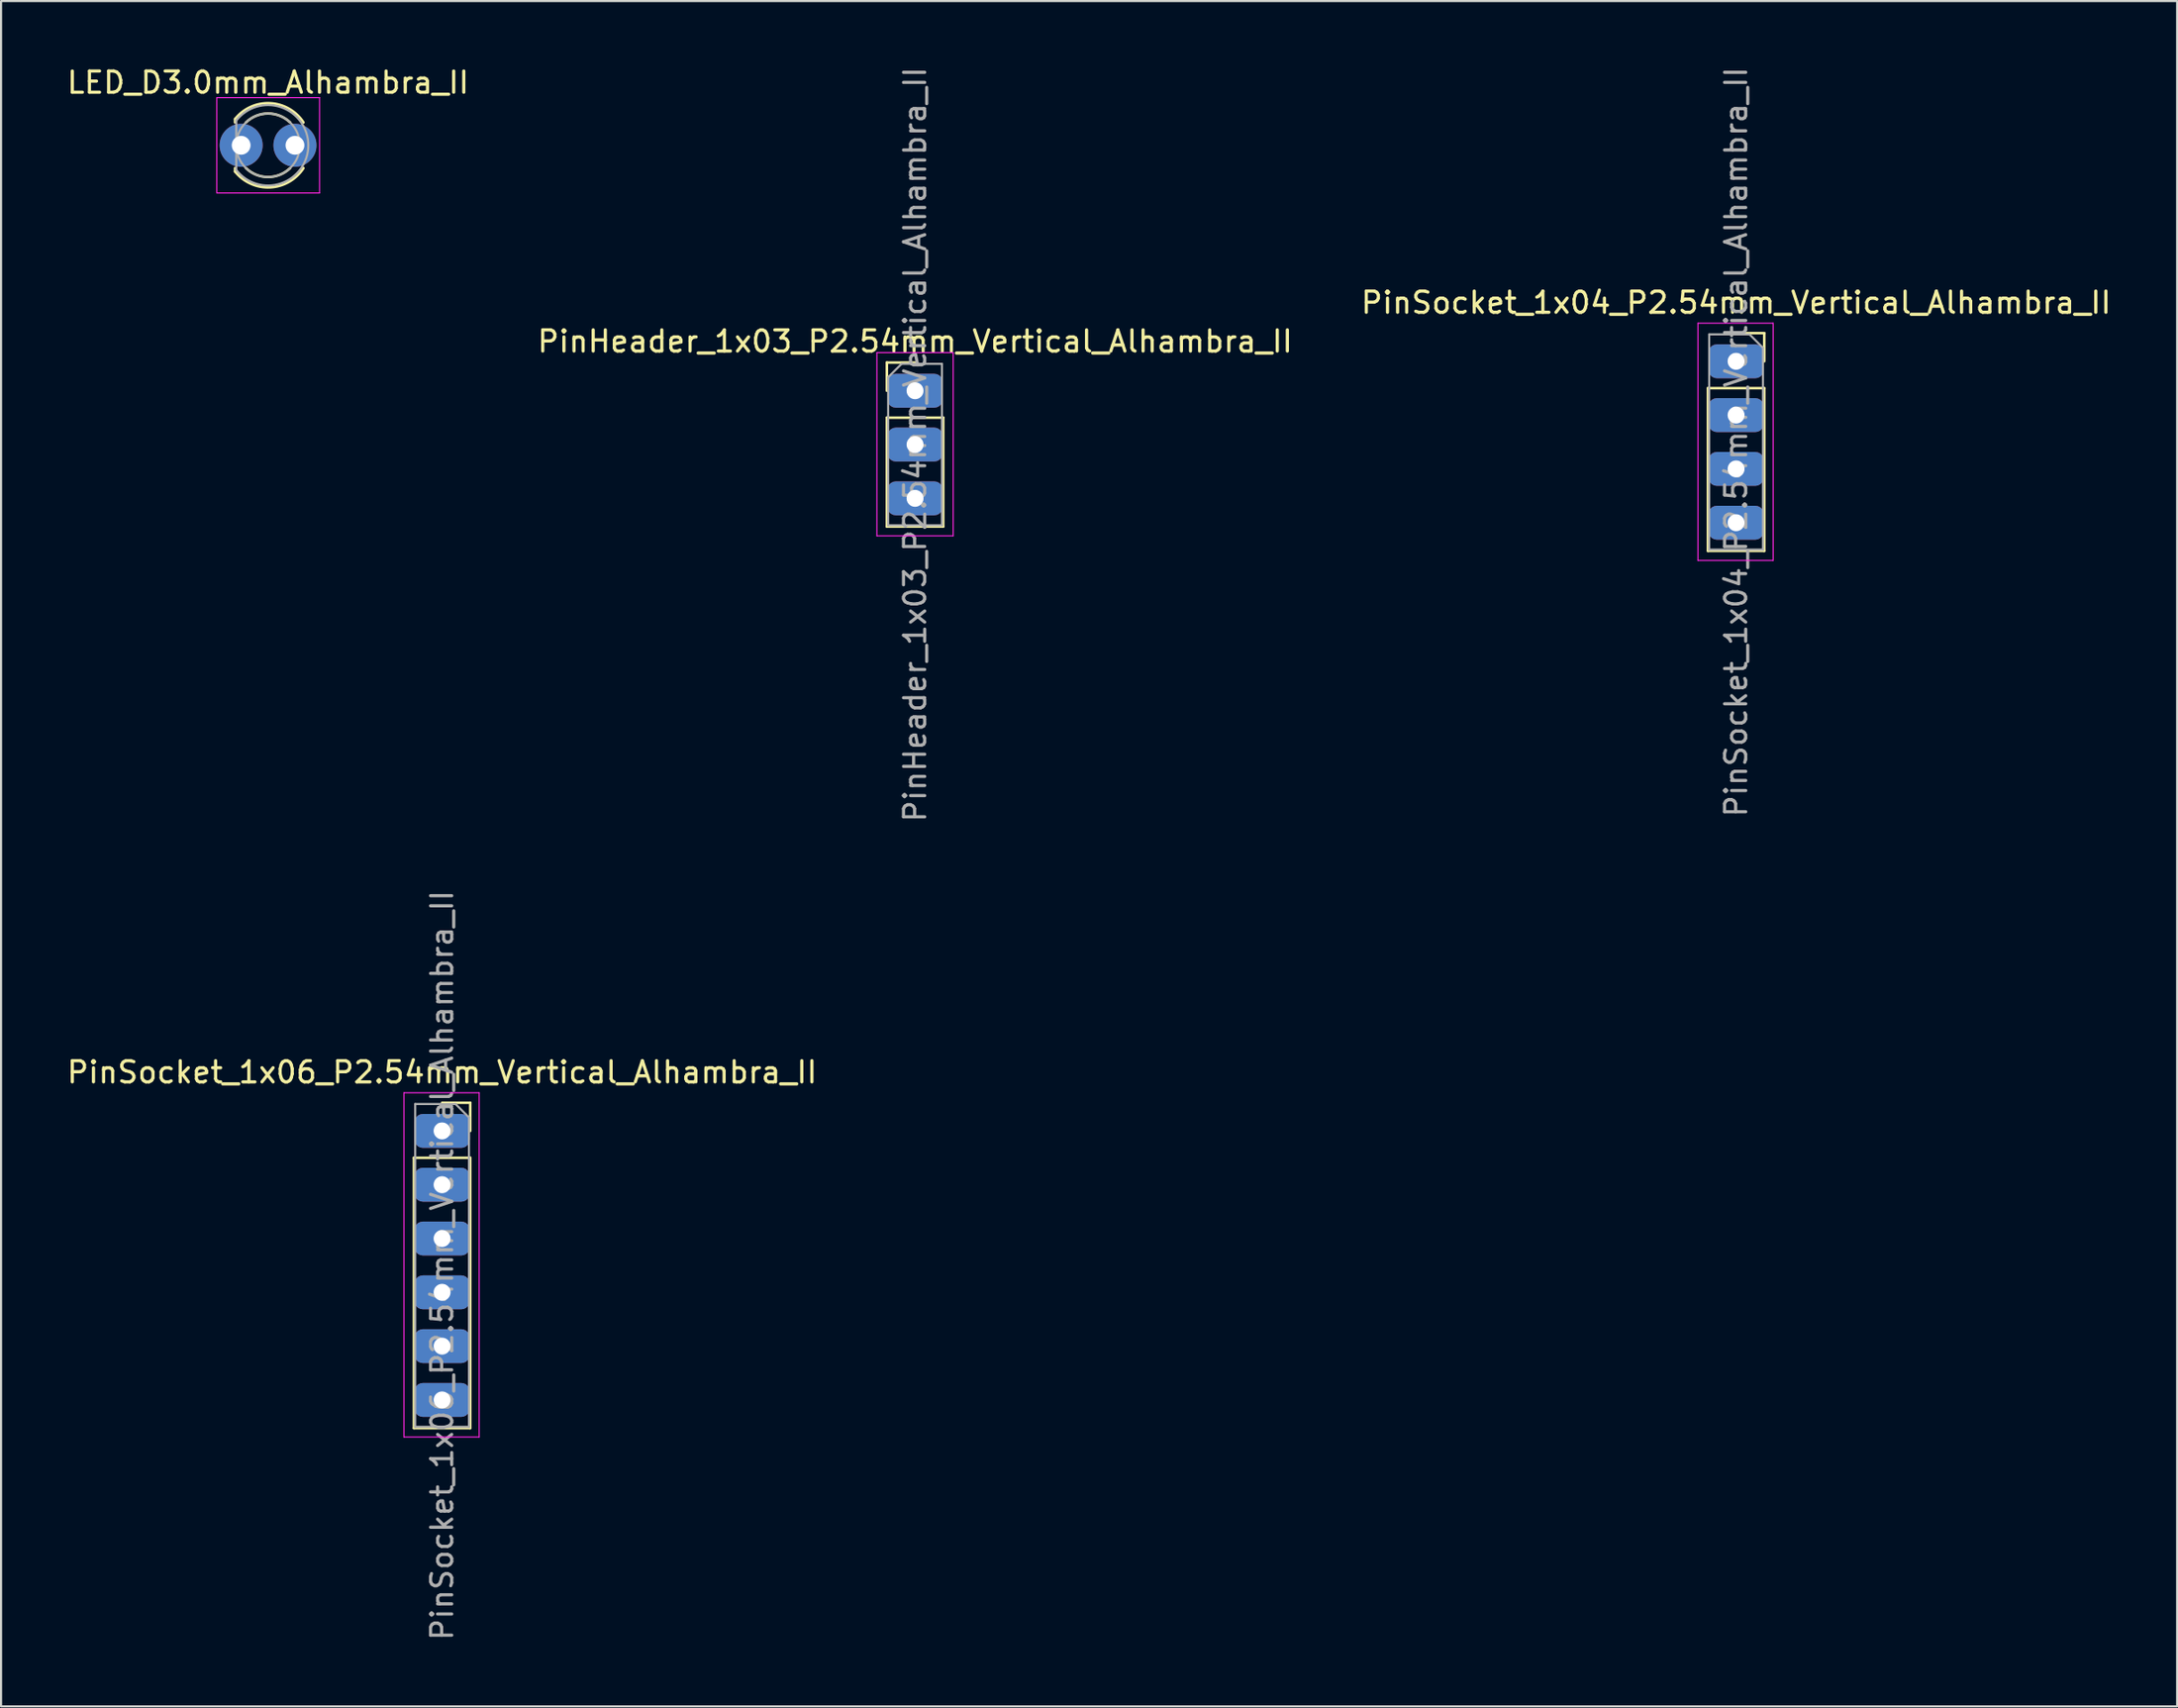
<source format=kicad_pcb>
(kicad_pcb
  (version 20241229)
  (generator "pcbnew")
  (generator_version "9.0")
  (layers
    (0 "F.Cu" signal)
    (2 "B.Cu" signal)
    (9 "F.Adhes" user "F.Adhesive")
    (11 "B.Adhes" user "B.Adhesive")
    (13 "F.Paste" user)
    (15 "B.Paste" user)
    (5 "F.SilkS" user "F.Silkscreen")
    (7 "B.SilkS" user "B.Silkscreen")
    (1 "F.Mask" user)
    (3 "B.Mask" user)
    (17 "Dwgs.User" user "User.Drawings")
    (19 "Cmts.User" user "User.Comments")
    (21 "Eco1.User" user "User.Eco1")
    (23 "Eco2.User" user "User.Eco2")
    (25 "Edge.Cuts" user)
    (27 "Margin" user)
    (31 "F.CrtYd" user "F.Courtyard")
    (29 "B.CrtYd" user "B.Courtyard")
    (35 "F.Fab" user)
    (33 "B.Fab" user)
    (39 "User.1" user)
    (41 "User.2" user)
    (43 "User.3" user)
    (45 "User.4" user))
  (footprint "PinHeader_1x03_P2.54mm_Vertical_Alhambra_II"
    (layer "F.Cu")
    (at 40.137 15.395)
    (property "Reference" "PinHeader_1x03_P2.54mm_Vertical_Alhambra_II" (at 0 -2.33 0) (layer "F.SilkS") (effects (font (size 1 1) (thickness 0.15))))
    (attr through_hole)
    (fp_line (start -1.33 -1.33) (end 0 -1.33) (stroke (width 0.12) (type solid)) (layer "F.SilkS"))
    (fp_line (start -1.33 0) (end -1.33 -1.33) (stroke (width 0.12) (type solid)) (layer "F.SilkS"))
    (fp_line (start -1.33 1.27) (end -1.33 6.41) (stroke (width 0.12) (type solid)) (layer "F.SilkS"))
    (fp_line (start -1.33 1.27) (end 1.33 1.27) (stroke (width 0.12) (type solid)) (layer "F.SilkS"))
    (fp_line (start -1.33 6.41) (end 1.33 6.41) (stroke (width 0.12) (type solid)) (layer "F.SilkS"))
    (fp_line (start 1.33 1.27) (end 1.33 6.41) (stroke (width 0.12) (type solid)) (layer "F.SilkS"))
    (fp_line (start -1.8 -1.8) (end -1.8 6.85) (stroke (width 0.05) (type solid)) (layer "F.CrtYd"))
    (fp_line (start -1.8 6.85) (end 1.8 6.85) (stroke (width 0.05) (type solid)) (layer "F.CrtYd"))
    (fp_line (start 1.8 -1.8) (end -1.8 -1.8) (stroke (width 0.05) (type solid)) (layer "F.CrtYd"))
    (fp_line (start 1.8 6.85) (end 1.8 -1.8) (stroke (width 0.05) (type solid)) (layer "F.CrtYd"))
    (fp_line (start -1.27 -0.635) (end -0.635 -1.27) (stroke (width 0.1) (type solid)) (layer "F.Fab"))
    (fp_line (start -1.27 6.35) (end -1.27 -0.635) (stroke (width 0.1) (type solid)) (layer "F.Fab"))
    (fp_line (start -0.635 -1.27) (end 1.27 -1.27) (stroke (width 0.1) (type solid)) (layer "F.Fab"))
    (fp_line (start 1.27 -1.27) (end 1.27 6.35) (stroke (width 0.1) (type solid)) (layer "F.Fab"))
    (fp_line (start 1.27 6.35) (end -1.27 6.35) (stroke (width 0.1) (type solid)) (layer "F.Fab"))
    (fp_text user "${REFERENCE}" (at 0 2.54 90) (layer "F.Fab") (effects (font (size 1 1) (thickness 0.15))))
    (pad "1" thru_hole roundrect (at 0 0 180) (size 2.616 1.6) (drill 0.8) (layers "*.Cu" "*.Mask") (roundrect_rratio 0.25))
    (pad "2" thru_hole roundrect (at 0 2.54 180) (size 2.616 1.6) (drill 0.8) (layers "*.Cu" "*.Mask") (roundrect_rratio 0.25))
    (pad "3" thru_hole roundrect (at 0 5.08 180) (size 2.616 1.6) (drill 0.8) (layers "*.Cu" "*.Mask") (roundrect_rratio 0.25)))
  (footprint "LED_D3.0mm_Alhambra_II"
    (layer "F.Cu")
    (at 8.331 3.808)
    (property "Reference" "LED_D3.0mm_Alhambra_II" (at 1.27 -2.96 0) (layer "F.SilkS") (effects (font (size 1 1) (thickness 0.15))))
    (attr through_hole)
    (fp_line (start -0.29 -1.236) (end -0.29 -1.08) (stroke (width 0.12) (type solid)) (layer "F.SilkS"))
    (fp_line (start -0.29 1.08) (end -0.29 1.236) (stroke (width 0.12) (type solid)) (layer "F.SilkS"))
    (fp_arc (start -0.29 -1.235516) (mid 1.366487 -1.987659) (end 2.942335 -1.078608) (stroke (width 0.12) (type solid)) (layer "F.SilkS"))
    (fp_arc (start 0.229039 -1.08) (mid 1.270117 -1.5) (end 2.31113 -1.079837) (stroke (width 0.12) (type solid)) (layer "F.SilkS"))
    (fp_arc (start 2.31113 1.079837) (mid 1.270117 1.5) (end 0.229039 1.08) (stroke (width 0.12) (type solid)) (layer "F.SilkS"))
    (fp_arc (start 2.942335 1.078608) (mid 1.366487 1.987659) (end -0.29 1.235516) (stroke (width 0.12) (type solid)) (layer "F.SilkS"))
    (fp_line (start -1.15 -2.25) (end -1.15 2.25) (stroke (width 0.05) (type solid)) (layer "F.CrtYd"))
    (fp_line (start -1.15 2.25) (end 3.7 2.25) (stroke (width 0.05) (type solid)) (layer "F.CrtYd"))
    (fp_line (start 3.7 -2.25) (end -1.15 -2.25) (stroke (width 0.05) (type solid)) (layer "F.CrtYd"))
    (fp_line (start 3.7 2.25) (end 3.7 -2.25) (stroke (width 0.05) (type solid)) (layer "F.CrtYd"))
    (fp_line (start -0.23 -1.166) (end -0.23 1.166) (stroke (width 0.1) (type solid)) (layer "F.Fab"))
    (fp_arc (start -0.23 -1.16619) (mid 3.17 0.000452) (end -0.230555 1.165476) (stroke (width 0.1) (type solid)) (layer "F.Fab"))
    (fp_circle (center 1.27 0) (end 2.77 0) (stroke (width 0.1) (type solid)) (fill no) (layer "F.Fab"))
    (pad "1" thru_hole circle (at 0 0) (size 2.032 2.032) (drill 0.889) (layers "*.Cu" "*.Mask"))
    (pad "2" thru_hole circle (at 2.54 0) (size 2.032 2.032) (drill 0.889) (layers "*.Cu" "*.Mask")))
  (footprint "PinSocket_1x04_P2.54mm_Vertical_Alhambra_II"
    (layer "F.Cu")
    (at 78.887 14.005)
    (property "Reference" "PinSocket_1x04_P2.54mm_Vertical_Alhambra_II" (at 0 -2.77 0) (layer "F.SilkS") (effects (font (size 1 1) (thickness 0.15))))
    (attr through_hole)
    (fp_line (start -1.33 1.27) (end -1.33 8.95) (stroke (width 0.12) (type solid)) (layer "F.SilkS"))
    (fp_line (start -1.33 1.27) (end 1.33 1.27) (stroke (width 0.12) (type solid)) (layer "F.SilkS"))
    (fp_line (start -1.33 8.95) (end 1.33 8.95) (stroke (width 0.12) (type solid)) (layer "F.SilkS"))
    (fp_line (start 0 -1.33) (end 1.33 -1.33) (stroke (width 0.12) (type solid)) (layer "F.SilkS"))
    (fp_line (start 1.33 -1.33) (end 1.33 0) (stroke (width 0.12) (type solid)) (layer "F.SilkS"))
    (fp_line (start 1.33 1.27) (end 1.33 8.95) (stroke (width 0.12) (type solid)) (layer "F.SilkS"))
    (fp_line (start -1.8 -1.8) (end 1.75 -1.8) (stroke (width 0.05) (type solid)) (layer "F.CrtYd"))
    (fp_line (start -1.8 9.4) (end -1.8 -1.8) (stroke (width 0.05) (type solid)) (layer "F.CrtYd"))
    (fp_line (start 1.75 -1.8) (end 1.75 9.4) (stroke (width 0.05) (type solid)) (layer "F.CrtYd"))
    (fp_line (start 1.75 9.4) (end -1.8 9.4) (stroke (width 0.05) (type solid)) (layer "F.CrtYd"))
    (fp_line (start -1.27 -1.27) (end 0.635 -1.27) (stroke (width 0.1) (type solid)) (layer "F.Fab"))
    (fp_line (start -1.27 8.89) (end -1.27 -1.27) (stroke (width 0.1) (type solid)) (layer "F.Fab"))
    (fp_line (start 0.635 -1.27) (end 1.27 -0.635) (stroke (width 0.1) (type solid)) (layer "F.Fab"))
    (fp_line (start 1.27 -0.635) (end 1.27 8.89) (stroke (width 0.1) (type solid)) (layer "F.Fab"))
    (fp_line (start 1.27 8.89) (end -1.27 8.89) (stroke (width 0.1) (type solid)) (layer "F.Fab"))
    (fp_text user "${REFERENCE}" (at 0 3.81 90) (layer "F.Fab") (effects (font (size 1 1) (thickness 0.15))))
    (pad "1" thru_hole roundrect (at 0 0 180) (size 2.616 1.6) (drill 0.8) (layers "*.Cu" "*.Mask") (roundrect_rratio 0.25))
    (pad "2" thru_hole roundrect (at 0 2.54) (size 2.616 1.6) (drill 0.8) (layers "*.Cu" "*.Mask") (roundrect_rratio 0.25))
    (pad "3" thru_hole roundrect (at 0 5.08 180) (size 2.616 1.6) (drill 0.8) (layers "*.Cu" "*.Mask") (roundrect_rratio 0.25))
    (pad "4" thru_hole roundrect (at 0 7.62 180) (size 2.616 1.6) (drill 0.8) (layers "*.Cu" "*.Mask") (roundrect_rratio 0.25)))
  (footprint "PinSocket_1x06_P2.54mm_Vertical_Alhambra_II"
    (layer "F.Cu")
    (at 17.815 50.335)
    (property "Reference" "PinSocket_1x06_P2.54mm_Vertical_Alhambra_II" (at 0 -2.77 0) (layer "F.SilkS") (effects (font (size 1 1) (thickness 0.15))))
    (attr through_hole)
    (fp_line (start -1.33 1.27) (end -1.33 14.03) (stroke (width 0.12) (type solid)) (layer "F.SilkS"))
    (fp_line (start -1.33 1.27) (end 1.33 1.27) (stroke (width 0.12) (type solid)) (layer "F.SilkS"))
    (fp_line (start -1.33 14.03) (end 1.33 14.03) (stroke (width 0.12) (type solid)) (layer "F.SilkS"))
    (fp_line (start 0 -1.33) (end 1.33 -1.33) (stroke (width 0.12) (type solid)) (layer "F.SilkS"))
    (fp_line (start 1.33 -1.33) (end 1.33 0) (stroke (width 0.12) (type solid)) (layer "F.SilkS"))
    (fp_line (start 1.33 1.27) (end 1.33 14.03) (stroke (width 0.12) (type solid)) (layer "F.SilkS"))
    (fp_line (start -1.8 -1.8) (end 1.75 -1.8) (stroke (width 0.05) (type solid)) (layer "F.CrtYd"))
    (fp_line (start -1.8 14.45) (end -1.8 -1.8) (stroke (width 0.05) (type solid)) (layer "F.CrtYd"))
    (fp_line (start 1.75 -1.8) (end 1.75 14.45) (stroke (width 0.05) (type solid)) (layer "F.CrtYd"))
    (fp_line (start 1.75 14.45) (end -1.8 14.45) (stroke (width 0.05) (type solid)) (layer "F.CrtYd"))
    (fp_line (start -1.27 -1.27) (end 0.635 -1.27) (stroke (width 0.1) (type solid)) (layer "F.Fab"))
    (fp_line (start -1.27 13.97) (end -1.27 -1.27) (stroke (width 0.1) (type solid)) (layer "F.Fab"))
    (fp_line (start 0.635 -1.27) (end 1.27 -0.635) (stroke (width 0.1) (type solid)) (layer "F.Fab"))
    (fp_line (start 1.27 -0.635) (end 1.27 13.97) (stroke (width 0.1) (type solid)) (layer "F.Fab"))
    (fp_line (start 1.27 13.97) (end -1.27 13.97) (stroke (width 0.1) (type solid)) (layer "F.Fab"))
    (fp_text user "${REFERENCE}" (at 0 6.35 90) (layer "F.Fab") (effects (font (size 1 1) (thickness 0.15))))
    (pad "1" thru_hole roundrect (at 0 0 180) (size 2.616 1.6) (drill 0.8) (layers "*.Cu" "*.Mask") (roundrect_rratio 0.25))
    (pad "2" thru_hole roundrect (at 0 2.54 180) (size 2.616 1.6) (drill 0.8) (layers "*.Cu" "*.Mask") (roundrect_rratio 0.25))
    (pad "3" thru_hole roundrect (at 0 5.08 180) (size 2.616 1.6) (drill 0.8) (layers "*.Cu" "*.Mask") (roundrect_rratio 0.25))
    (pad "4" thru_hole roundrect (at 0 7.62 180) (size 2.616 1.6) (drill 0.8) (layers "*.Cu" "*.Mask") (roundrect_rratio 0.25))
    (pad "5" thru_hole roundrect (at 0 10.16 180) (size 2.616 1.6) (drill 0.8) (layers "*.Cu" "*.Mask") (roundrect_rratio 0.25))
    (pad "6" thru_hole roundrect (at 0 12.7 180) (size 2.616 1.6) (drill 0.8) (layers "*.Cu" "*.Mask") (roundrect_rratio 0.25)))
  (gr_rect
    (start -3 -3)
    (end 99.702 77.5)
    (stroke (width 0.1) (type default))
    (fill no)
    (layer "Edge.Cuts")))
</source>
